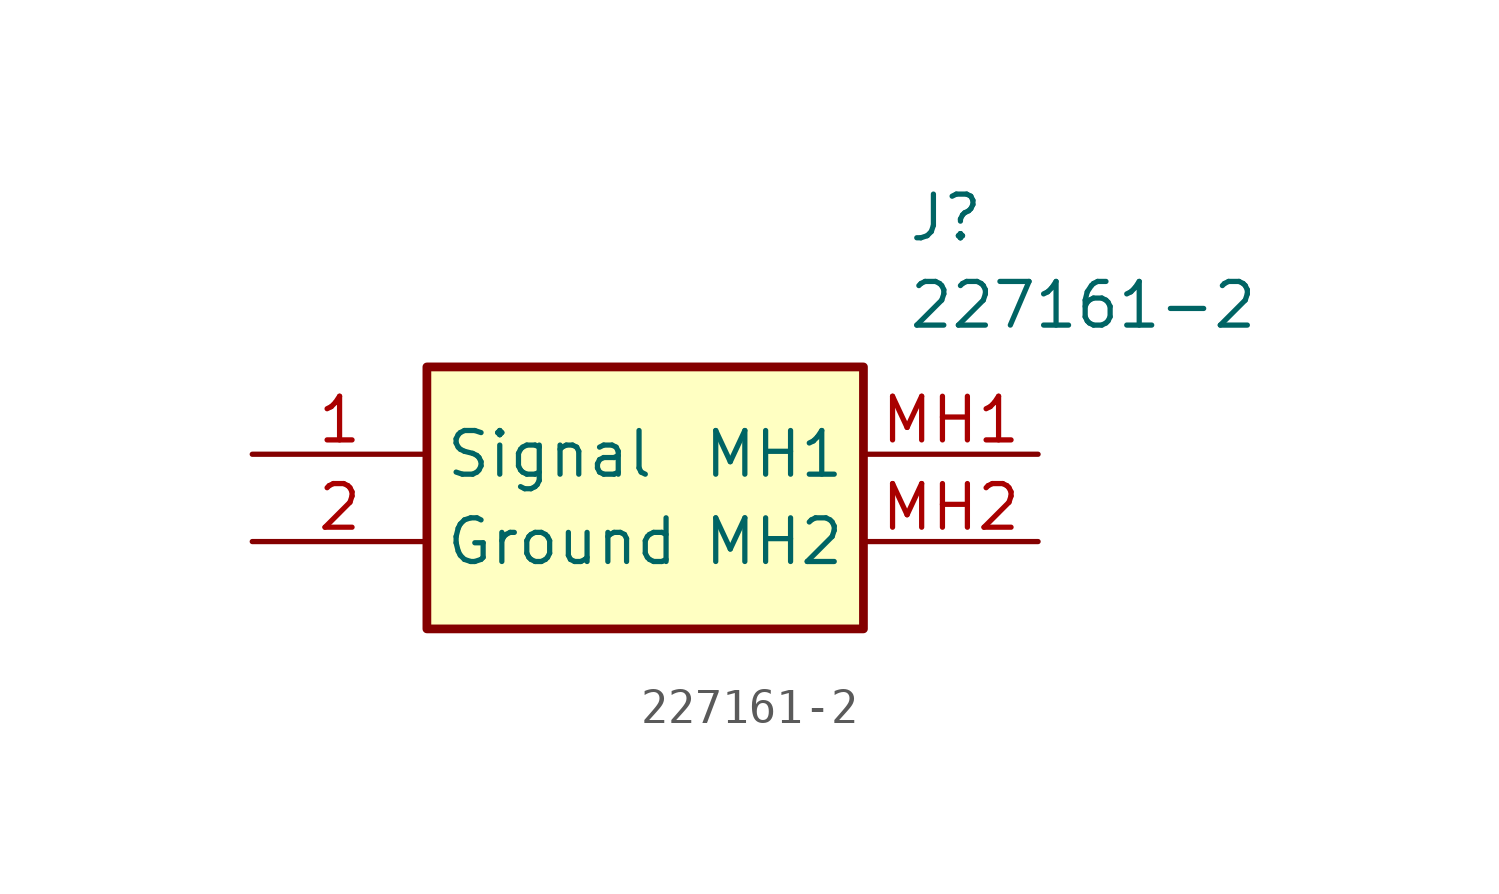
<source format=kicad_sym>
(kicad_symbol_lib
  (version 20231120)
  (generator "kicad_symbol_editor")
  (generator_version "8.0")
  (symbol "227161-2"
    (property "Reference" "J"
      (at 19.05 7.62 0)
      (effects (font (size 1.27 1.27)) (justify left top)))
    (property "Value" "227161-2"
      (at 19.05 5.08 0)
      (effects (font (size 1.27 1.27)) (justify left top)))
    (symbol "227161-2_1_1"
      (rectangle (start 5.08 2.54) (end 17.78 -5.08) (stroke (width 0.254) (type default)) (fill (type background)))
      (pin passive line (at 0 0 0) (length 5.08) (name "Signal" (effects (font (size 1.27 1.27)))) (number "1" (effects (font (size 1.27 1.27)))))
      (pin passive line (at 0 -2.54 0) (length 5.08) (name "Ground" (effects (font (size 1.27 1.27)))) (number "2" (effects (font (size 1.27 1.27)))))
      (pin passive line (at 22.86 0 180) (length 5.08) (name "MH1" (effects (font (size 1.27 1.27)))) (number "MH1" (effects (font (size 1.27 1.27)))))
      (pin passive line (at 22.86 -2.54 180) (length 5.08) (name "MH2" (effects (font (size 1.27 1.27)))) (number "MH2" (effects (font (size 1.27 1.27))))))))
</source>
